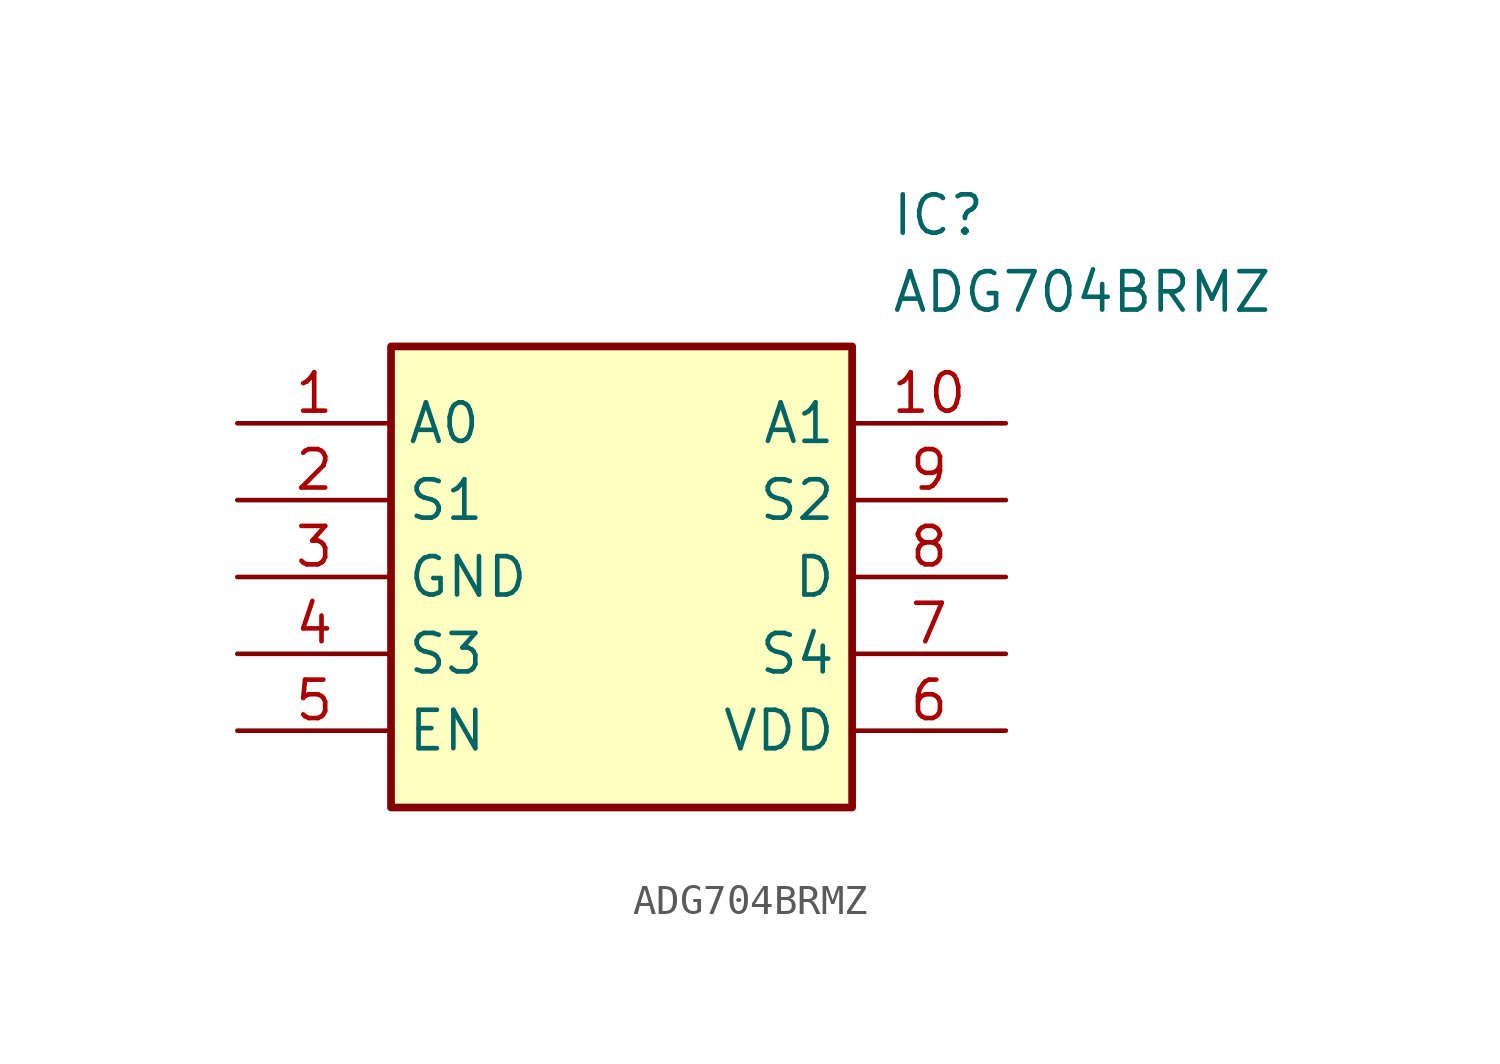
<source format=kicad_sym>
(kicad_symbol_lib
  (version 20211014)
  (generator SamacSys_ECAD_Model)
  (symbol "ADG704BRMZ"
    (property "Reference" "IC"
      (at 21.59 7.62 0)
      (effects (font (size 1.27 1.27)) (justify left top)))
    (property "Value" "ADG704BRMZ"
      (at 21.59 5.08 0)
      (effects (font (size 1.27 1.27)) (justify left top)))
    (rectangle
      (start 5.08 2.54)
      (end 20.32 -12.7)
      (stroke (width 0.254) (type default))
      (fill (type background)))
    (pin passive line
      (at 0 0 0)
      (length 5.08)
      (name "A0" (effects (font (size 1.27 1.27))))
      (number "1" (effects (font (size 1.27 1.27)))))
    (pin passive line
      (at 0 -2.54 0)
      (length 5.08)
      (name "S1" (effects (font (size 1.27 1.27))))
      (number "2" (effects (font (size 1.27 1.27)))))
    (pin passive line
      (at 0 -5.08 0)
      (length 5.08)
      (name "GND" (effects (font (size 1.27 1.27))))
      (number "3" (effects (font (size 1.27 1.27)))))
    (pin passive line
      (at 0 -7.62 0)
      (length 5.08)
      (name "S3" (effects (font (size 1.27 1.27))))
      (number "4" (effects (font (size 1.27 1.27)))))
    (pin passive line
      (at 0 -10.16 0)
      (length 5.08)
      (name "EN" (effects (font (size 1.27 1.27))))
      (number "5" (effects (font (size 1.27 1.27)))))
    (pin passive line
      (at 25.4 0 180)
      (length 5.08)
      (name "A1" (effects (font (size 1.27 1.27))))
      (number "10" (effects (font (size 1.27 1.27)))))
    (pin passive line
      (at 25.4 -2.54 180)
      (length 5.08)
      (name "S2" (effects (font (size 1.27 1.27))))
      (number "9" (effects (font (size 1.27 1.27)))))
    (pin passive line
      (at 25.4 -5.08 180)
      (length 5.08)
      (name "D" (effects (font (size 1.27 1.27))))
      (number "8" (effects (font (size 1.27 1.27)))))
    (pin passive line
      (at 25.4 -7.62 180)
      (length 5.08)
      (name "S4" (effects (font (size 1.27 1.27))))
      (number "7" (effects (font (size 1.27 1.27)))))
    (pin passive line
      (at 25.4 -10.16 180)
      (length 5.08)
      (name "VDD" (effects (font (size 1.27 1.27))))
      (number "6" (effects (font (size 1.27 1.27)))))))
</source>
